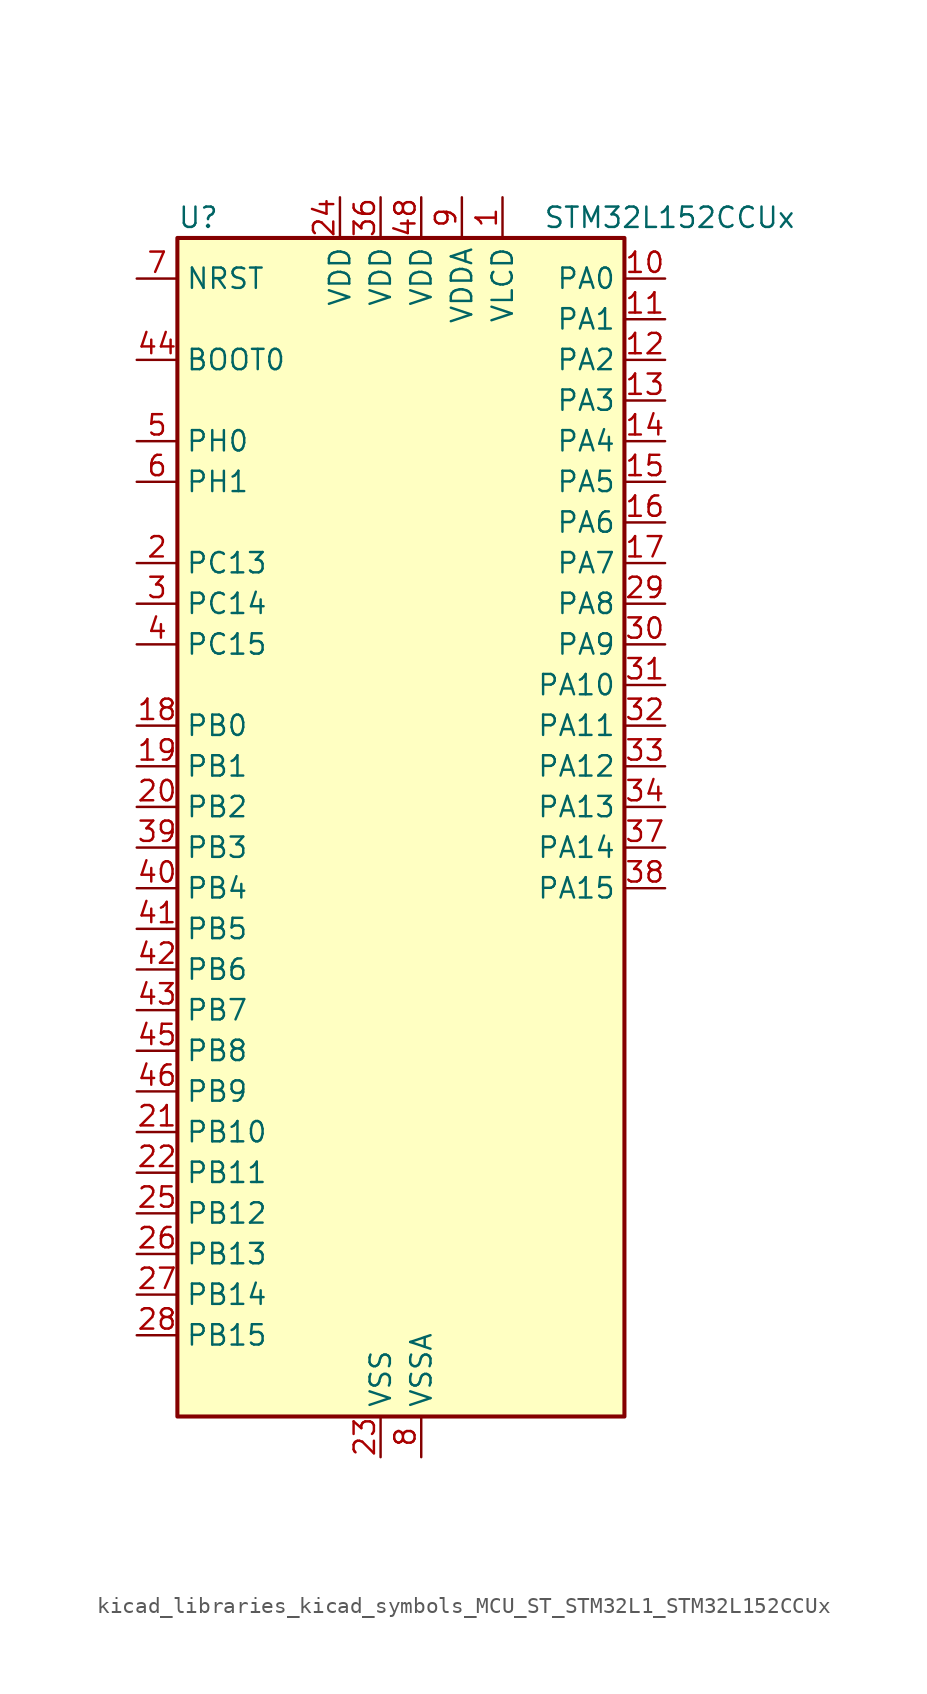
<source format=kicad_sym>
(kicad_symbol_lib
  (version 20220914)
  (generator kicad_symbol_editor)
  (symbol "kicad_libraries_kicad_symbols_MCU_ST_STM32L1_STM32L152CCUx"
    (property "Reference" "U"
      (at -12.7 39.37 0)
      (effects (font (size 1.27 1.27)) (justify left)))
    (property "Value" "STM32L152CCUx"
      (at 10.16 39.37 0)
      (effects (font (size 1.27 1.27)) (justify left)))
    (property "ki_locked" ""
      (at 0 0 0)
      (effects (font (size 1.27 1.27))))
    (symbol "kicad_libraries_kicad_symbols_MCU_ST_STM32L1_STM32L152CCUx_0_1"
      (rectangle (start -12.7 -35.56) (end 15.24 38.1) (stroke (width 0.254) (type default)) (fill (type background))))
    (symbol "kicad_libraries_kicad_symbols_MCU_ST_STM32L1_STM32L152CCUx_1_1"
      (pin power_in line (at 7.62 40.64 270) (length 2.54) (name "VLCD" (effects (font (size 1.27 1.27)))) (number "1" (effects (font (size 1.27 1.27)))))
      (pin bidirectional line (at 17.78 35.56 180) (length 2.54) (name "PA0" (effects (font (size 1.27 1.27)))) (number "10" (effects (font (size 1.27 1.27)))) (alternate "ADC_IN0" bidirectional line) (alternate "COMP1_INP" bidirectional line) (alternate "RTC_TAMP2" bidirectional line) (alternate "SYS_WKUP1" bidirectional line) (alternate "TIM2_CH1" bidirectional line) (alternate "TIM2_ETR" bidirectional line) (alternate "TIM5_CH1" bidirectional line) (alternate "TIMX_IC1" bidirectional line) (alternate "TS_G1_IO1" bidirectional line) (alternate "USART2_CTS" bidirectional line))
      (pin bidirectional line (at 17.78 33.02 180) (length 2.54) (name "PA1" (effects (font (size 1.27 1.27)))) (number "11" (effects (font (size 1.27 1.27)))) (alternate "ADC_IN1" bidirectional line) (alternate "COMP1_INP" bidirectional line) (alternate "LCD_SEG0" bidirectional line) (alternate "OPAMP1_VINP" bidirectional line) (alternate "TIM2_CH2" bidirectional line) (alternate "TIM5_CH2" bidirectional line) (alternate "TIMX_IC2" bidirectional line) (alternate "TS_G1_IO2" bidirectional line) (alternate "USART2_RTS" bidirectional line))
      (pin bidirectional line (at 17.78 30.48 180) (length 2.54) (name "PA2" (effects (font (size 1.27 1.27)))) (number "12" (effects (font (size 1.27 1.27)))) (alternate "ADC_IN2" bidirectional line) (alternate "COMP1_INP" bidirectional line) (alternate "LCD_SEG1" bidirectional line) (alternate "OPAMP1_VINM" bidirectional line) (alternate "TIM2_CH3" bidirectional line) (alternate "TIM5_CH3" bidirectional line) (alternate "TIM9_CH1" bidirectional line) (alternate "TIMX_IC3" bidirectional line) (alternate "TS_G1_IO3" bidirectional line) (alternate "USART2_TX" bidirectional line))
      (pin bidirectional line (at 17.78 27.94 180) (length 2.54) (name "PA3" (effects (font (size 1.27 1.27)))) (number "13" (effects (font (size 1.27 1.27)))) (alternate "ADC_IN3" bidirectional line) (alternate "COMP1_INP" bidirectional line) (alternate "LCD_SEG2" bidirectional line) (alternate "OPAMP1_VOUT" bidirectional line) (alternate "TIM2_CH4" bidirectional line) (alternate "TIM5_CH4" bidirectional line) (alternate "TIM9_CH2" bidirectional line) (alternate "TIMX_IC4" bidirectional line) (alternate "TS_G1_IO4" bidirectional line) (alternate "USART2_RX" bidirectional line))
      (pin bidirectional line (at 17.78 25.4 180) (length 2.54) (name "PA4" (effects (font (size 1.27 1.27)))) (number "14" (effects (font (size 1.27 1.27)))) (alternate "ADC_IN4" bidirectional line) (alternate "COMP1_INP" bidirectional line) (alternate "DAC_OUT1" bidirectional line) (alternate "I2S3_WS" bidirectional line) (alternate "SPI1_NSS" bidirectional line) (alternate "SPI3_NSS" bidirectional line) (alternate "TIMX_IC1" bidirectional line) (alternate "USART2_CK" bidirectional line))
      (pin bidirectional line (at 17.78 22.86 180) (length 2.54) (name "PA5" (effects (font (size 1.27 1.27)))) (number "15" (effects (font (size 1.27 1.27)))) (alternate "ADC_IN5" bidirectional line) (alternate "COMP1_INP" bidirectional line) (alternate "DAC_OUT2" bidirectional line) (alternate "SPI1_SCK" bidirectional line) (alternate "TIM2_CH1" bidirectional line) (alternate "TIM2_ETR" bidirectional line) (alternate "TIMX_IC2" bidirectional line))
      (pin bidirectional line (at 17.78 20.32 180) (length 2.54) (name "PA6" (effects (font (size 1.27 1.27)))) (number "16" (effects (font (size 1.27 1.27)))) (alternate "ADC_IN6" bidirectional line) (alternate "COMP1_INP" bidirectional line) (alternate "LCD_SEG3" bidirectional line) (alternate "OPAMP2_VINP" bidirectional line) (alternate "SPI1_MISO" bidirectional line) (alternate "TIM10_CH1" bidirectional line) (alternate "TIM3_CH1" bidirectional line) (alternate "TIMX_IC3" bidirectional line) (alternate "TS_G2_IO1" bidirectional line))
      (pin bidirectional line (at 17.78 17.78 180) (length 2.54) (name "PA7" (effects (font (size 1.27 1.27)))) (number "17" (effects (font (size 1.27 1.27)))) (alternate "ADC_IN7" bidirectional line) (alternate "COMP1_INP" bidirectional line) (alternate "LCD_SEG4" bidirectional line) (alternate "OPAMP2_VINM" bidirectional line) (alternate "SPI1_MOSI" bidirectional line) (alternate "TIM11_CH1" bidirectional line) (alternate "TIM3_CH2" bidirectional line) (alternate "TIMX_IC4" bidirectional line) (alternate "TS_G2_IO2" bidirectional line))
      (pin bidirectional line (at -15.24 7.62 0) (length 2.54) (name "PB0" (effects (font (size 1.27 1.27)))) (number "18" (effects (font (size 1.27 1.27)))) (alternate "ADC_IN8" bidirectional line) (alternate "COMP1_INP" bidirectional line) (alternate "LCD_SEG5" bidirectional line) (alternate "OPAMP2_VOUT" bidirectional line) (alternate "SYS_V_REF_OUT" bidirectional line) (alternate "TIM3_CH3" bidirectional line) (alternate "TS_G3_IO1" bidirectional line))
      (pin bidirectional line (at -15.24 5.08 0) (length 2.54) (name "PB1" (effects (font (size 1.27 1.27)))) (number "19" (effects (font (size 1.27 1.27)))) (alternate "ADC_IN9" bidirectional line) (alternate "COMP1_INP" bidirectional line) (alternate "LCD_SEG6" bidirectional line) (alternate "SYS_V_REF_OUT" bidirectional line) (alternate "TIM3_CH4" bidirectional line) (alternate "TS_G3_IO2" bidirectional line))
      (pin bidirectional line (at -15.24 17.78 0) (length 2.54) (name "PC13" (effects (font (size 1.27 1.27)))) (number "2" (effects (font (size 1.27 1.27)))) (alternate "RTC_OUT_ALARM" bidirectional line) (alternate "RTC_OUT_CALIB" bidirectional line) (alternate "RTC_TAMP1" bidirectional line) (alternate "RTC_TS" bidirectional line) (alternate "SYS_WKUP2" bidirectional line) (alternate "TIMX_IC2" bidirectional line))
      (pin bidirectional line (at -15.24 2.54 0) (length 2.54) (name "PB2" (effects (font (size 1.27 1.27)))) (number "20" (effects (font (size 1.27 1.27)))) (alternate "TS_G3_IO3" bidirectional line))
      (pin bidirectional line (at -15.24 -17.78 0) (length 2.54) (name "PB10" (effects (font (size 1.27 1.27)))) (number "21" (effects (font (size 1.27 1.27)))) (alternate "I2C2_SCL" bidirectional line) (alternate "LCD_SEG10" bidirectional line) (alternate "TIM2_CH3" bidirectional line) (alternate "USART3_TX" bidirectional line))
      (pin bidirectional line (at -15.24 -20.32 0) (length 2.54) (name "PB11" (effects (font (size 1.27 1.27)))) (number "22" (effects (font (size 1.27 1.27)))) (alternate "ADC_EXTI11" bidirectional line) (alternate "I2C2_SDA" bidirectional line) (alternate "LCD_SEG11" bidirectional line) (alternate "TIM2_CH4" bidirectional line) (alternate "USART3_RX" bidirectional line))
      (pin power_in line (at 0 -38.1 90) (length 2.54) (name "VSS" (effects (font (size 1.27 1.27)))) (number "23" (effects (font (size 1.27 1.27)))))
      (pin power_in line (at -2.54 40.64 270) (length 2.54) (name "VDD" (effects (font (size 1.27 1.27)))) (number "24" (effects (font (size 1.27 1.27)))))
      (pin bidirectional line (at -15.24 -22.86 0) (length 2.54) (name "PB12" (effects (font (size 1.27 1.27)))) (number "25" (effects (font (size 1.27 1.27)))) (alternate "ADC_IN18" bidirectional line) (alternate "COMP1_INP" bidirectional line) (alternate "I2C2_SMBA" bidirectional line) (alternate "I2S2_WS" bidirectional line) (alternate "LCD_SEG12" bidirectional line) (alternate "SPI2_NSS" bidirectional line) (alternate "TIM10_CH1" bidirectional line) (alternate "TS_G7_IO1" bidirectional line) (alternate "USART3_CK" bidirectional line))
      (pin bidirectional line (at -15.24 -25.4 0) (length 2.54) (name "PB13" (effects (font (size 1.27 1.27)))) (number "26" (effects (font (size 1.27 1.27)))) (alternate "ADC_IN19" bidirectional line) (alternate "COMP1_INP" bidirectional line) (alternate "I2S2_CK" bidirectional line) (alternate "LCD_SEG13" bidirectional line) (alternate "SPI2_SCK" bidirectional line) (alternate "TIM9_CH1" bidirectional line) (alternate "TS_G7_IO2" bidirectional line) (alternate "USART3_CTS" bidirectional line))
      (pin bidirectional line (at -15.24 -27.94 0) (length 2.54) (name "PB14" (effects (font (size 1.27 1.27)))) (number "27" (effects (font (size 1.27 1.27)))) (alternate "ADC_IN20" bidirectional line) (alternate "COMP1_INP" bidirectional line) (alternate "LCD_SEG14" bidirectional line) (alternate "SPI2_MISO" bidirectional line) (alternate "TIM9_CH2" bidirectional line) (alternate "TS_G7_IO3" bidirectional line) (alternate "USART3_RTS" bidirectional line))
      (pin bidirectional line (at -15.24 -30.48 0) (length 2.54) (name "PB15" (effects (font (size 1.27 1.27)))) (number "28" (effects (font (size 1.27 1.27)))) (alternate "ADC_EXTI15" bidirectional line) (alternate "ADC_IN21" bidirectional line) (alternate "COMP1_INP" bidirectional line) (alternate "I2S2_SD" bidirectional line) (alternate "LCD_SEG15" bidirectional line) (alternate "RTC_REFIN" bidirectional line) (alternate "SPI2_MOSI" bidirectional line) (alternate "TIM11_CH1" bidirectional line) (alternate "TS_G7_IO4" bidirectional line))
      (pin bidirectional line (at 17.78 15.24 180) (length 2.54) (name "PA8" (effects (font (size 1.27 1.27)))) (number "29" (effects (font (size 1.27 1.27)))) (alternate "LCD_COM0" bidirectional line) (alternate "RCC_MCO" bidirectional line) (alternate "TIMX_IC1" bidirectional line) (alternate "TS_G4_IO1" bidirectional line) (alternate "USART1_CK" bidirectional line))
      (pin bidirectional line (at -15.24 15.24 0) (length 2.54) (name "PC14" (effects (font (size 1.27 1.27)))) (number "3" (effects (font (size 1.27 1.27)))) (alternate "RCC_OSC32_IN" bidirectional line) (alternate "TIMX_IC3" bidirectional line))
      (pin bidirectional line (at 17.78 12.7 180) (length 2.54) (name "PA9" (effects (font (size 1.27 1.27)))) (number "30" (effects (font (size 1.27 1.27)))) (alternate "DAC_EXTI9" bidirectional line) (alternate "LCD_COM1" bidirectional line) (alternate "TIMX_IC2" bidirectional line) (alternate "TS_G4_IO2" bidirectional line) (alternate "USART1_TX" bidirectional line))
      (pin bidirectional line (at 17.78 10.16 180) (length 2.54) (name "PA10" (effects (font (size 1.27 1.27)))) (number "31" (effects (font (size 1.27 1.27)))) (alternate "LCD_COM2" bidirectional line) (alternate "TIMX_IC3" bidirectional line) (alternate "TS_G4_IO3" bidirectional line) (alternate "USART1_RX" bidirectional line))
      (pin bidirectional line (at 17.78 7.62 180) (length 2.54) (name "PA11" (effects (font (size 1.27 1.27)))) (number "32" (effects (font (size 1.27 1.27)))) (alternate "ADC_EXTI11" bidirectional line) (alternate "SPI1_MISO" bidirectional line) (alternate "TIMX_IC4" bidirectional line) (alternate "USART1_CTS" bidirectional line) (alternate "USB_DM" bidirectional line))
      (pin bidirectional line (at 17.78 5.08 180) (length 2.54) (name "PA12" (effects (font (size 1.27 1.27)))) (number "33" (effects (font (size 1.27 1.27)))) (alternate "SPI1_MOSI" bidirectional line) (alternate "TIMX_IC1" bidirectional line) (alternate "USART1_RTS" bidirectional line) (alternate "USB_DP" bidirectional line))
      (pin bidirectional line (at 17.78 2.54 180) (length 2.54) (name "PA13" (effects (font (size 1.27 1.27)))) (number "34" (effects (font (size 1.27 1.27)))) (alternate "SYS_JTMS-SWDIO" bidirectional line) (alternate "TIMX_IC2" bidirectional line) (alternate "TS_G5_IO1" bidirectional line))
      (pin passive line (at 0 -38.1 90) (length 2.54) hide (name "VSS" (effects (font (size 1.27 1.27)))) (number "35" (effects (font (size 1.27 1.27)))))
      (pin power_in line (at 0 40.64 270) (length 2.54) (name "VDD" (effects (font (size 1.27 1.27)))) (number "36" (effects (font (size 1.27 1.27)))))
      (pin bidirectional line (at 17.78 0 180) (length 2.54) (name "PA14" (effects (font (size 1.27 1.27)))) (number "37" (effects (font (size 1.27 1.27)))) (alternate "SYS_JTCK-SWCLK" bidirectional line) (alternate "TIMX_IC3" bidirectional line) (alternate "TS_G5_IO2" bidirectional line))
      (pin bidirectional line (at 17.78 -2.54 180) (length 2.54) (name "PA15" (effects (font (size 1.27 1.27)))) (number "38" (effects (font (size 1.27 1.27)))) (alternate "ADC_EXTI15" bidirectional line) (alternate "I2S3_WS" bidirectional line) (alternate "LCD_SEG17" bidirectional line) (alternate "SPI1_NSS" bidirectional line) (alternate "SPI3_NSS" bidirectional line) (alternate "SYS_JTDI" bidirectional line) (alternate "TIM2_CH1" bidirectional line) (alternate "TIM2_ETR" bidirectional line) (alternate "TIMX_IC4" bidirectional line) (alternate "TS_G5_IO3" bidirectional line))
      (pin bidirectional line (at -15.24 0 0) (length 2.54) (name "PB3" (effects (font (size 1.27 1.27)))) (number "39" (effects (font (size 1.27 1.27)))) (alternate "COMP2_INM" bidirectional line) (alternate "I2S3_CK" bidirectional line) (alternate "LCD_SEG7" bidirectional line) (alternate "SPI1_SCK" bidirectional line) (alternate "SPI3_SCK" bidirectional line) (alternate "SYS_JTDO-TRACESWO" bidirectional line) (alternate "TIM2_CH2" bidirectional line))
      (pin bidirectional line (at -15.24 12.7 0) (length 2.54) (name "PC15" (effects (font (size 1.27 1.27)))) (number "4" (effects (font (size 1.27 1.27)))) (alternate "ADC_EXTI15" bidirectional line) (alternate "RCC_OSC32_OUT" bidirectional line) (alternate "TIMX_IC4" bidirectional line))
      (pin bidirectional line (at -15.24 -2.54 0) (length 2.54) (name "PB4" (effects (font (size 1.27 1.27)))) (number "40" (effects (font (size 1.27 1.27)))) (alternate "COMP2_INP" bidirectional line) (alternate "LCD_SEG8" bidirectional line) (alternate "SPI1_MISO" bidirectional line) (alternate "SPI3_MISO" bidirectional line) (alternate "SYS_JTRST" bidirectional line) (alternate "TIM3_CH1" bidirectional line) (alternate "TS_G6_IO1" bidirectional line))
      (pin bidirectional line (at -15.24 -5.08 0) (length 2.54) (name "PB5" (effects (font (size 1.27 1.27)))) (number "41" (effects (font (size 1.27 1.27)))) (alternate "COMP2_INP" bidirectional line) (alternate "I2C1_SMBA" bidirectional line) (alternate "I2S3_SD" bidirectional line) (alternate "LCD_SEG9" bidirectional line) (alternate "SPI1_MOSI" bidirectional line) (alternate "SPI3_MOSI" bidirectional line) (alternate "TIM3_CH2" bidirectional line) (alternate "TS_G6_IO2" bidirectional line))
      (pin bidirectional line (at -15.24 -7.62 0) (length 2.54) (name "PB6" (effects (font (size 1.27 1.27)))) (number "42" (effects (font (size 1.27 1.27)))) (alternate "COMP2_INP" bidirectional line) (alternate "I2C1_SCL" bidirectional line) (alternate "TIM4_CH1" bidirectional line) (alternate "TS_G6_IO3" bidirectional line) (alternate "USART1_TX" bidirectional line))
      (pin bidirectional line (at -15.24 -10.16 0) (length 2.54) (name "PB7" (effects (font (size 1.27 1.27)))) (number "43" (effects (font (size 1.27 1.27)))) (alternate "COMP2_INP" bidirectional line) (alternate "I2C1_SDA" bidirectional line) (alternate "SYS_PVD_IN" bidirectional line) (alternate "TIM4_CH2" bidirectional line) (alternate "TS_G6_IO4" bidirectional line) (alternate "USART1_RX" bidirectional line))
      (pin input line (at -15.24 30.48 0) (length 2.54) (name "BOOT0" (effects (font (size 1.27 1.27)))) (number "44" (effects (font (size 1.27 1.27)))))
      (pin bidirectional line (at -15.24 -12.7 0) (length 2.54) (name "PB8" (effects (font (size 1.27 1.27)))) (number "45" (effects (font (size 1.27 1.27)))) (alternate "I2C1_SCL" bidirectional line) (alternate "LCD_SEG16" bidirectional line) (alternate "TIM10_CH1" bidirectional line) (alternate "TIM4_CH3" bidirectional line))
      (pin bidirectional line (at -15.24 -15.24 0) (length 2.54) (name "PB9" (effects (font (size 1.27 1.27)))) (number "46" (effects (font (size 1.27 1.27)))) (alternate "DAC_EXTI9" bidirectional line) (alternate "I2C1_SDA" bidirectional line) (alternate "LCD_COM3" bidirectional line) (alternate "TIM11_CH1" bidirectional line) (alternate "TIM4_CH4" bidirectional line))
      (pin passive line (at 0 -38.1 90) (length 2.54) hide (name "VSS" (effects (font (size 1.27 1.27)))) (number "47" (effects (font (size 1.27 1.27)))))
      (pin power_in line (at 2.54 40.64 270) (length 2.54) (name "VDD" (effects (font (size 1.27 1.27)))) (number "48" (effects (font (size 1.27 1.27)))))
      (pin passive line (at 0 -38.1 90) (length 2.54) hide (name "VSS" (effects (font (size 1.27 1.27)))) (number "49" (effects (font (size 1.27 1.27)))))
      (pin bidirectional line (at -15.24 25.4 0) (length 2.54) (name "PH0" (effects (font (size 1.27 1.27)))) (number "5" (effects (font (size 1.27 1.27)))) (alternate "RCC_OSC_IN" bidirectional line))
      (pin bidirectional line (at -15.24 22.86 0) (length 2.54) (name "PH1" (effects (font (size 1.27 1.27)))) (number "6" (effects (font (size 1.27 1.27)))) (alternate "RCC_OSC_OUT" bidirectional line))
      (pin input line (at -15.24 35.56 0) (length 2.54) (name "NRST" (effects (font (size 1.27 1.27)))) (number "7" (effects (font (size 1.27 1.27)))))
      (pin power_in line (at 2.54 -38.1 90) (length 2.54) (name "VSSA" (effects (font (size 1.27 1.27)))) (number "8" (effects (font (size 1.27 1.27)))))
      (pin power_in line (at 5.08 40.64 270) (length 2.54) (name "VDDA" (effects (font (size 1.27 1.27)))) (number "9" (effects (font (size 1.27 1.27))))))))
</source>
